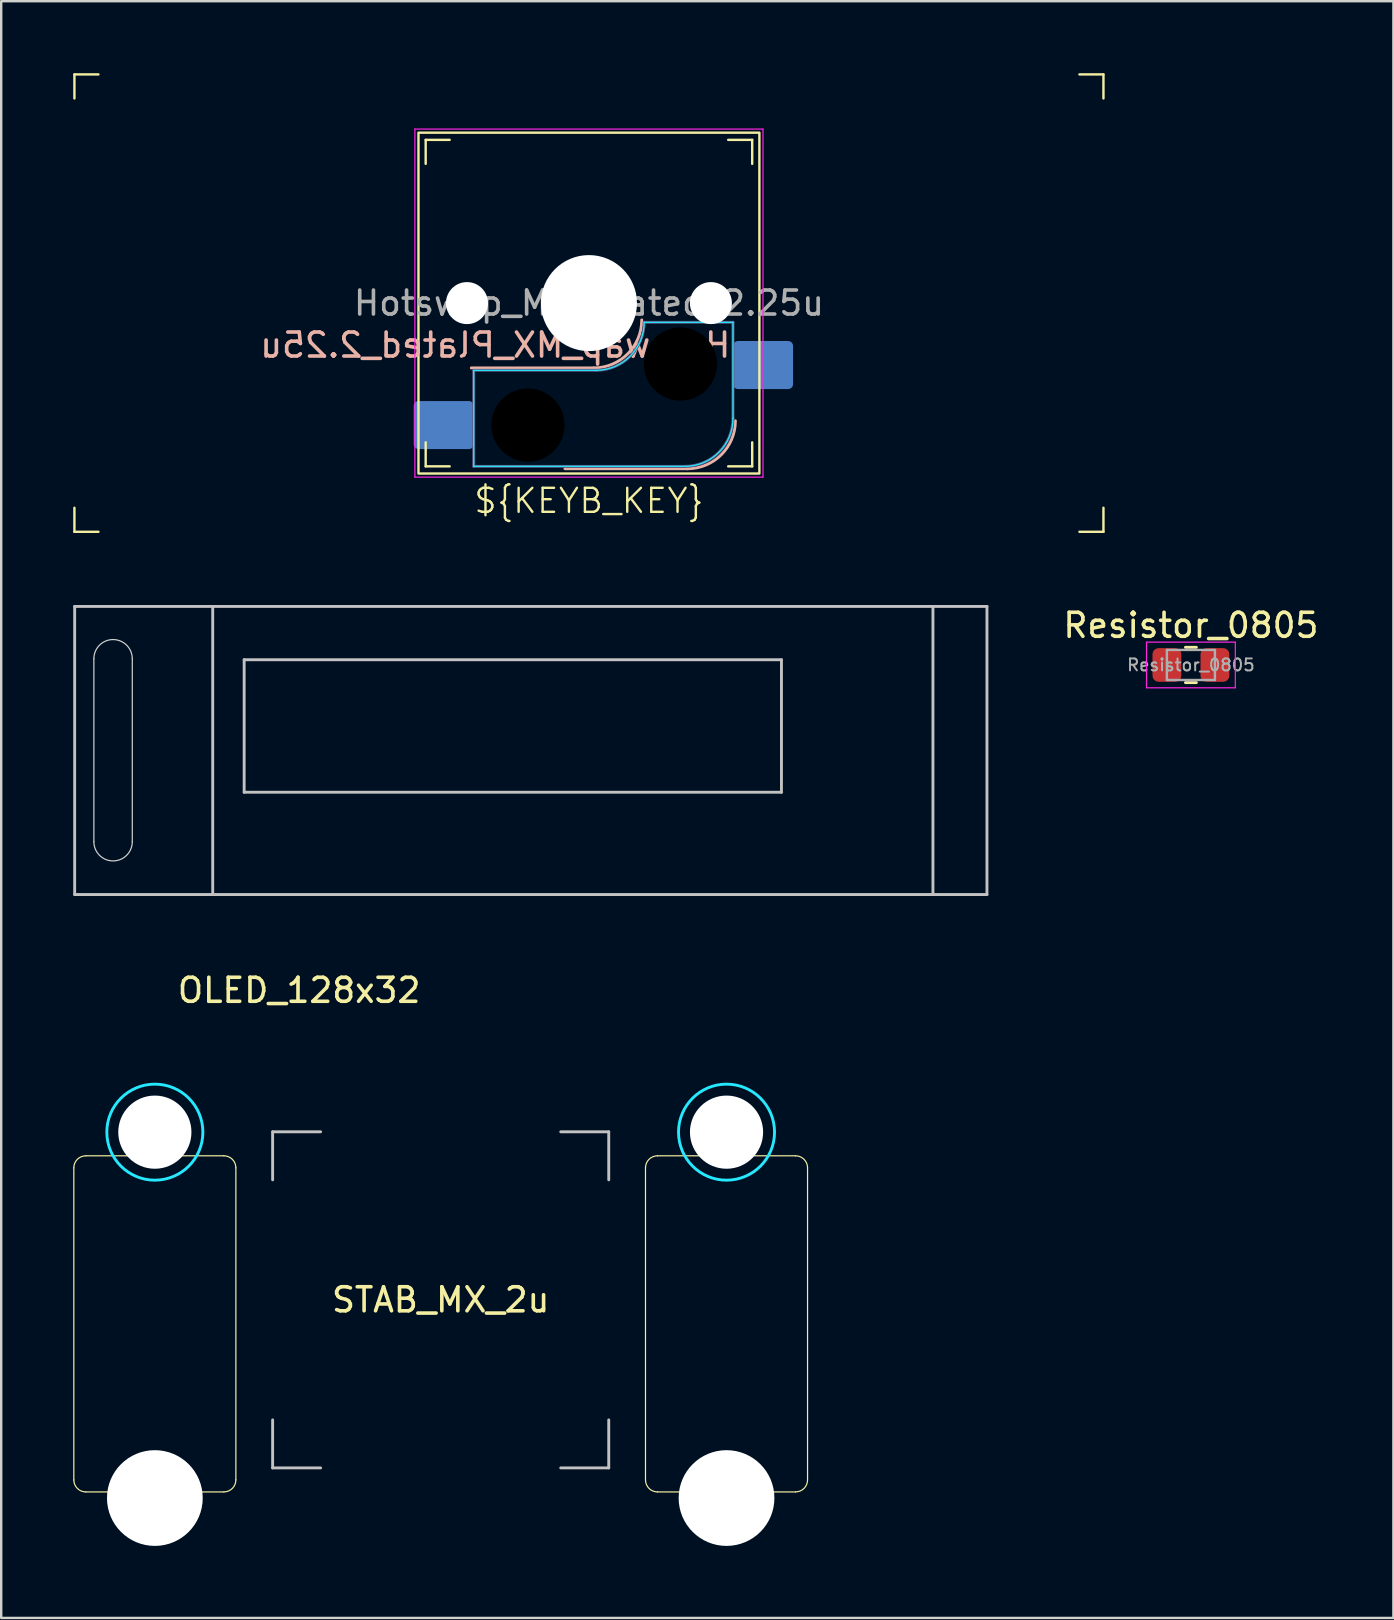
<source format=kicad_pcb>
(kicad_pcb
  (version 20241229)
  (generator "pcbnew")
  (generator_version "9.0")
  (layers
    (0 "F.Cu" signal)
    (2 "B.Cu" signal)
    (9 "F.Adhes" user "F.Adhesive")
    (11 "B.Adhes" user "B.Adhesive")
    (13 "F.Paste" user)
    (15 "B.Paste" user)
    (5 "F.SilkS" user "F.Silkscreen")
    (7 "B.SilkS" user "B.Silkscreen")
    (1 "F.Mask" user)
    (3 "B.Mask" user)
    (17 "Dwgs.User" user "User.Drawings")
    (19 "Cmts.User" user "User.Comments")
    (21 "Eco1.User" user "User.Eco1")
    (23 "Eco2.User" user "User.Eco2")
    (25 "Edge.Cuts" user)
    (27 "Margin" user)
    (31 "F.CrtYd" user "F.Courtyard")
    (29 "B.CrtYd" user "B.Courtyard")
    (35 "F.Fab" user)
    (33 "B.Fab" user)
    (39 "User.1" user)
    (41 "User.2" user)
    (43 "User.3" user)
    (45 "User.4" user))
  (footprint "Resistor_0805"
    (layer "F.Cu")
    (at 46.555 24.648)
    (property "Reference" "Resistor_0805" (at 0 -1.65 0) (layer "F.SilkS") (effects (font (size 1 1) (thickness 0.15))))
    (attr smd)
    (fp_line (start -0.227 -0.735) (end 0.227 -0.735) (stroke (width 0.12) (type solid)) (layer "F.SilkS"))
    (fp_line (start -0.227 0.735) (end 0.227 0.735) (stroke (width 0.12) (type solid)) (layer "F.SilkS"))
    (fp_line (start -1.85 -0.95) (end 1.85 -0.95) (stroke (width 0.05) (type solid)) (layer "F.CrtYd"))
    (fp_line (start -1.85 0.95) (end -1.85 -0.95) (stroke (width 0.05) (type solid)) (layer "F.CrtYd"))
    (fp_line (start 1.85 -0.95) (end 1.85 0.95) (stroke (width 0.05) (type solid)) (layer "F.CrtYd"))
    (fp_line (start 1.85 0.95) (end -1.85 0.95) (stroke (width 0.05) (type solid)) (layer "F.CrtYd"))
    (fp_line (start -1 -0.625) (end 1 -0.625) (stroke (width 0.1) (type solid)) (layer "F.Fab"))
    (fp_line (start -1 0.625) (end -1 -0.625) (stroke (width 0.1) (type solid)) (layer "F.Fab"))
    (fp_line (start 1 -0.625) (end 1 0.625) (stroke (width 0.1) (type solid)) (layer "F.Fab"))
    (fp_line (start 1 0.625) (end -1 0.625) (stroke (width 0.1) (type solid)) (layer "F.Fab"))
    (fp_text user "${REFERENCE}" (at 0 0 0) (layer "F.Fab") (effects (font (size 0.5 0.5) (thickness 0.08))))
    (pad "1" smd roundrect (at -1 0) (size 1.2 1.4) (layers "F.Cu" "F.Mask" "F.Paste") (roundrect_rratio 0.208))
    (pad "2" smd roundrect (at 1 0) (size 1.2 1.4) (layers "F.Cu" "F.Mask" "F.Paste") (roundrect_rratio 0.208)))
  (footprint "Hotswap_MX_Plated_2.25u"
    (layer "F.Cu")
    (at 21.481 9.575)
    (property "Reference" "Hotswap_MX_Plated_2.25u" (at -3.9 1.75 180) (layer "B.SilkS") (effects (font (size 1 1) (thickness 0.15)) (justify mirror)))
    (attr smd allow_soldermask_bridges)
    (fp_line (start -21.431 -9.525) (end -20.431 -9.525) (stroke (width 0.1) (type default)) (layer "F.SilkS"))
    (fp_line (start -21.431 -8.525) (end -21.431 -9.525) (stroke (width 0.1) (type default)) (layer "F.SilkS"))
    (fp_line (start -21.431 9.525) (end -21.431 8.525) (stroke (width 0.1) (type default)) (layer "F.SilkS"))
    (fp_line (start -20.431 9.525) (end -21.431 9.525) (stroke (width 0.1) (type default)) (layer "F.SilkS"))
    (fp_line (start -6.8 -6.8) (end -5.8 -6.8) (stroke (width 0.1) (type default)) (layer "F.SilkS"))
    (fp_line (start -6.8 -5.8) (end -6.8 -6.8) (stroke (width 0.1) (type default)) (layer "F.SilkS"))
    (fp_line (start -6.8 6.8) (end -6.8 5.8) (stroke (width 0.1) (type default)) (layer "F.SilkS"))
    (fp_line (start -5.8 6.8) (end -6.8 6.8) (stroke (width 0.1) (type default)) (layer "F.SilkS"))
    (fp_line (start 5.8 -6.8) (end 6.8 -6.8) (stroke (width 0.1) (type default)) (layer "F.SilkS"))
    (fp_line (start 6.8 -6.8) (end 6.8 -5.8) (stroke (width 0.1) (type default)) (layer "F.SilkS"))
    (fp_line (start 6.8 5.8) (end 6.8 6.8) (stroke (width 0.1) (type default)) (layer "F.SilkS"))
    (fp_line (start 6.8 6.8) (end 5.8 6.8) (stroke (width 0.1) (type default)) (layer "F.SilkS"))
    (fp_line (start 20.431 -9.525) (end 21.431 -9.525) (stroke (width 0.1) (type default)) (layer "F.SilkS"))
    (fp_line (start 21.431 -9.525) (end 21.431 -8.525) (stroke (width 0.1) (type default)) (layer "F.SilkS"))
    (fp_line (start 21.431 8.525) (end 21.431 9.525) (stroke (width 0.1) (type default)) (layer "F.SilkS"))
    (fp_line (start 21.431 9.525) (end 20.431 9.525) (stroke (width 0.1) (type default)) (layer "F.SilkS"))
    (fp_rect (start -7.1 -7.1) (end 7.1 7.1) (stroke (width 0.1) (type default)) (fill no) (layer "F.SilkS"))
    (fp_line (start 0.2 2.7) (end -4.9 2.7) (stroke (width 0.12) (type solid)) (layer "B.SilkS"))
    (fp_line (start 4.1 6.9) (end -1 6.9) (stroke (width 0.12) (type solid)) (layer "B.SilkS"))
    (fp_arc (start 2.2 0.7) (mid 1.614214 2.114214) (end 0.2 2.7) (stroke (width 0.12) (type solid)) (layer "B.SilkS"))
    (fp_arc (start 6.1 4.9) (mid 5.514214 6.314214) (end 4.1 6.9) (stroke (width 0.12) (type solid)) (layer "B.SilkS"))
    (fp_line (start -4.8 6.8) (end -4.8 2.8) (stroke (width 0.05) (type solid)) (layer "B.CrtYd"))
    (fp_line (start 0.3 2.8) (end -4.8 2.8) (stroke (width 0.05) (type solid)) (layer "B.CrtYd"))
    (fp_line (start 4 6.8) (end -4.8 6.8) (stroke (width 0.05) (type solid)) (layer "B.CrtYd"))
    (fp_line (start 6 0.8) (end 2.3 0.8) (stroke (width 0.05) (type solid)) (layer "B.CrtYd"))
    (fp_line (start 6 0.8) (end 6 4.8) (stroke (width 0.05) (type solid)) (layer "B.CrtYd"))
    (fp_arc (start 2.3 0.8) (mid 1.714214 2.214214) (end 0.3 2.8) (stroke (width 0.05) (type solid)) (layer "B.CrtYd"))
    (fp_arc (start 6 4.8) (mid 5.414214 6.214214) (end 4 6.8) (stroke (width 0.05) (type solid)) (layer "B.CrtYd"))
    (fp_line (start -7.25 -7.25) (end -7.25 7.25) (stroke (width 0.05) (type solid)) (layer "F.CrtYd"))
    (fp_line (start -7.25 7.25) (end 7.25 7.25) (stroke (width 0.05) (type solid)) (layer "F.CrtYd"))
    (fp_line (start 7.25 -7.25) (end -7.25 -7.25) (stroke (width 0.05) (type solid)) (layer "F.CrtYd"))
    (fp_line (start 7.25 7.25) (end 7.25 -7.25) (stroke (width 0.05) (type solid)) (layer "F.CrtYd"))
    (fp_line (start -4.8 6.8) (end -4.8 2.8) (stroke (width 0.12) (type solid)) (layer "B.Fab"))
    (fp_line (start 0.3 2.8) (end -4.8 2.8) (stroke (width 0.12) (type solid)) (layer "B.Fab"))
    (fp_line (start 4 6.8) (end -4.8 6.8) (stroke (width 0.12) (type solid)) (layer "B.Fab"))
    (fp_line (start 6 0.8) (end 2.3 0.8) (stroke (width 0.12) (type solid)) (layer "B.Fab"))
    (fp_line (start 6 0.8) (end 6 4.8) (stroke (width 0.12) (type solid)) (layer "B.Fab"))
    (fp_arc (start 2.3 0.8) (mid 1.714214 2.214214) (end 0.3 2.8) (stroke (width 0.12) (type solid)) (layer "B.Fab"))
    (fp_arc (start 6 4.8) (mid 5.414214 6.214214) (end 4 6.8) (stroke (width 0.12) (type solid)) (layer "B.Fab"))
    (fp_text user "${KEYB_KEY}" (at 0 8.82 0) (unlocked yes) (layer "F.SilkS") (effects (font (size 1 1) (thickness 0.1)) (justify bottom)))
    (fp_text user "${REFERENCE}" (at 0 0 180) (layer "F.Fab") (effects (font (size 1 1) (thickness 0.15))))
    (pad "" np_thru_hole circle (at -5.08 0 180) (size 1.75 1.75) (drill 1.75) (layers "*.Cu" "*.Mask"))
    (pad "" np_thru_hole circle (at -2.54 5.08 180) (size 3.05 3.05) (drill 3.05) (layers "*.Mask"))
    (pad "" np_thru_hole circle (at 0 0 180) (size 4 4) (drill 4) (layers "*.Cu" "*.Mask"))
    (pad "" np_thru_hole circle (at 3.81 2.54 180) (size 3.05 3.05) (drill 3.05) (layers "*.Mask"))
    (pad "" np_thru_hole circle (at 5.08 0 180) (size 1.75 1.75) (drill 1.75) (layers "*.Cu" "*.Mask"))
    (pad "1" smd roundrect (at 7.253 2.58 180) (size 2.5 2) (layers "B.Cu" "B.Mask" "B.Paste") (roundrect_rratio 0.1))
    (pad "2" smd roundrect (at -6.048 5.08 180) (size 2.5 2) (layers "B.Cu" "B.Mask" "B.Paste") (roundrect_rratio 0.1)))
  (footprint "STAB_MX_2u"
    (layer "F.Cu")
    (at 15.306 51.093)
    (property "Reference" "STAB_MX_2u" (at 0 0 0) (layer "F.SilkS") (effects (font (size 1 1) (thickness 0.15))))
    (attr through_hole exclude_from_pos_files exclude_from_bom)
    (fp_line (start -15.281 -5.5) (end -15.281 7.5) (stroke (width 0.05) (type solid)) (layer "F.SilkS"))
    (fp_line (start -14.781 -6) (end -9.031 -6) (stroke (width 0.05) (type solid)) (layer "F.SilkS"))
    (fp_line (start -14.781 8) (end -9.031 8) (stroke (width 0.05) (type solid)) (layer "F.SilkS"))
    (fp_line (start -8.531 -5.5) (end -8.531 7.5) (stroke (width 0.05) (type solid)) (layer "F.SilkS"))
    (fp_line (start 8.531 -5.5) (end 8.531 7.5) (stroke (width 0.05) (type solid)) (layer "F.SilkS"))
    (fp_line (start 9.031 -6) (end 14.781 -6) (stroke (width 0.05) (type solid)) (layer "F.SilkS"))
    (fp_line (start 9.031 8) (end 14.781 8) (stroke (width 0.05) (type solid)) (layer "F.SilkS"))
    (fp_line (start 15.281 -5.5) (end 15.281 7.5) (stroke (width 0.05) (type solid)) (layer "F.SilkS"))
    (fp_arc (start -15.28125 -5.499999) (mid -15.134803 -5.853552) (end -14.78125 -5.999999) (stroke (width 0.05) (type solid)) (layer "F.SilkS"))
    (fp_arc (start -14.78125 8.000001) (mid -15.134803 7.853554) (end -15.28125 7.500001) (stroke (width 0.05) (type solid)) (layer "F.SilkS"))
    (fp_arc (start -9.03125 -5.999999) (mid -8.677697 -5.853552) (end -8.53125 -5.499999) (stroke (width 0.05) (type solid)) (layer "F.SilkS"))
    (fp_arc (start -8.53125 7.500001) (mid -8.677697 7.853553) (end -9.03125 8.000001) (stroke (width 0.05) (type solid)) (layer "F.SilkS"))
    (fp_arc (start 8.53125 -5.499999) (mid 8.677697 -5.853552) (end 9.03125 -5.999999) (stroke (width 0.05) (type solid)) (layer "F.SilkS"))
    (fp_arc (start 9.03125 8.000001) (mid 8.677697 7.853554) (end 8.53125 7.500001) (stroke (width 0.05) (type solid)) (layer "F.SilkS"))
    (fp_arc (start 14.78125 -5.999999) (mid 15.134805 -5.853553) (end 15.28125 -5.499999) (stroke (width 0.05) (type solid)) (layer "F.SilkS"))
    (fp_arc (start 15.28125 7.500001) (mid 15.134804 7.853555) (end 14.78125 8.000001) (stroke (width 0.05) (type solid)) (layer "F.SilkS"))
    (fp_line (start -7 -7) (end -5 -7) (stroke (width 0.12) (type solid)) (layer "Dwgs.User"))
    (fp_line (start -7 -5) (end -7 -7) (stroke (width 0.12) (type solid)) (layer "Dwgs.User"))
    (fp_line (start -7 7) (end -7 5) (stroke (width 0.12) (type solid)) (layer "Dwgs.User"))
    (fp_line (start -5 7) (end -7 7) (stroke (width 0.12) (type solid)) (layer "Dwgs.User"))
    (fp_line (start 5 -7) (end 7 -7) (stroke (width 0.12) (type solid)) (layer "Dwgs.User"))
    (fp_line (start 5 7) (end 7 7) (stroke (width 0.12) (type solid)) (layer "Dwgs.User"))
    (fp_line (start 7 -7) (end 7 -5) (stroke (width 0.12) (type solid)) (layer "Dwgs.User"))
    (fp_line (start 7 7) (end 7 5) (stroke (width 0.12) (type solid)) (layer "Dwgs.User"))
    (fp_circle (center -11.906 -6.985) (end -9.906 -6.985) (stroke (width 0.12) (type solid)) (fill no) (layer "B.CrtYd"))
    (fp_circle (center 11.906 -6.985) (end 13.906 -6.985) (stroke (width 0.12) (type solid)) (fill no) (layer "B.CrtYd"))
    (pad "" np_thru_hole circle (at -11.906 -6.985) (size 3.048 3.048) (drill 3.048) (layers "*.Cu" "*.Mask"))
    (pad "" np_thru_hole circle (at -11.906 8.255) (size 3.988 3.988) (drill 3.988) (layers "*.Cu" "*.Mask"))
    (pad "" np_thru_hole circle (at 11.906 -6.985) (size 3.048 3.048) (drill 3.048) (layers "*.Cu" "*.Mask"))
    (pad "" np_thru_hole circle (at 11.906 8.255) (size 3.988 3.988) (drill 3.988) (layers "*.Cu" "*.Mask")))
  (footprint "OLED_128x32"
    (layer "F.Cu")
    (at 1.66 28.2)
    (property "Reference" "OLED_128x32" (at 7.75 10 0) (layer "F.SilkS") (effects (font (size 1 1) (thickness 0.15))))
    (attr through_hole exclude_from_pos_files)
    (fp_line (start -1.6 -5.99) (end -1.6 6.01) (stroke (width 0.12) (type solid)) (layer "Dwgs.User"))
    (fp_line (start -1.6 -5.99) (end 36.4 -5.99) (stroke (width 0.12) (type solid)) (layer "Dwgs.User"))
    (fp_line (start 4.15 -5.986) (end 4.15 6.014) (stroke (width 0.12) (type solid)) (layer "Dwgs.User"))
    (fp_line (start 5.46 -3.77) (end 5.46 1.75) (stroke (width 0.12) (type solid)) (layer "Dwgs.User"))
    (fp_line (start 5.46 -3.77) (end 27.84 -3.77) (stroke (width 0.12) (type solid)) (layer "Dwgs.User"))
    (fp_line (start 5.46 1.75) (end 27.84 1.75) (stroke (width 0.12) (type solid)) (layer "Dwgs.User"))
    (fp_line (start 27.84 1.75) (end 27.84 -3.77) (stroke (width 0.12) (type solid)) (layer "Dwgs.User"))
    (fp_line (start 34.15 -5.99) (end 34.15 6.01) (stroke (width 0.12) (type solid)) (layer "Dwgs.User"))
    (fp_line (start 36.4 -5.99) (end 36.4 6.01) (stroke (width 0.12) (type solid)) (layer "Dwgs.User"))
    (fp_line (start 36.4 6.01) (end -1.6 6.01) (stroke (width 0.12) (type solid)) (layer "Dwgs.User"))
    (fp_line (start -0.8 3.81) (end -0.8 -3.81) (stroke (width 0.05) (type default)) (layer "Edge.Cuts"))
    (fp_line (start 0.8 -3.81) (end 0.8 3.81) (stroke (width 0.05) (type default)) (layer "Edge.Cuts"))
    (fp_arc (start -0.8 -3.81) (mid 0 -4.61) (end 0.8 -3.81) (stroke (width 0.05) (type default)) (layer "Edge.Cuts"))
    (fp_arc (start 0.8 3.81) (mid 0 4.61) (end -0.8 3.81) (stroke (width 0.05) (type default)) (layer "Edge.Cuts")))
  (gr_rect
    (start -3 -3)
    (end 54.989 64.342)
    (stroke (width 0.1) (type default))
    (fill no)
    (layer "Edge.Cuts")))
</source>
